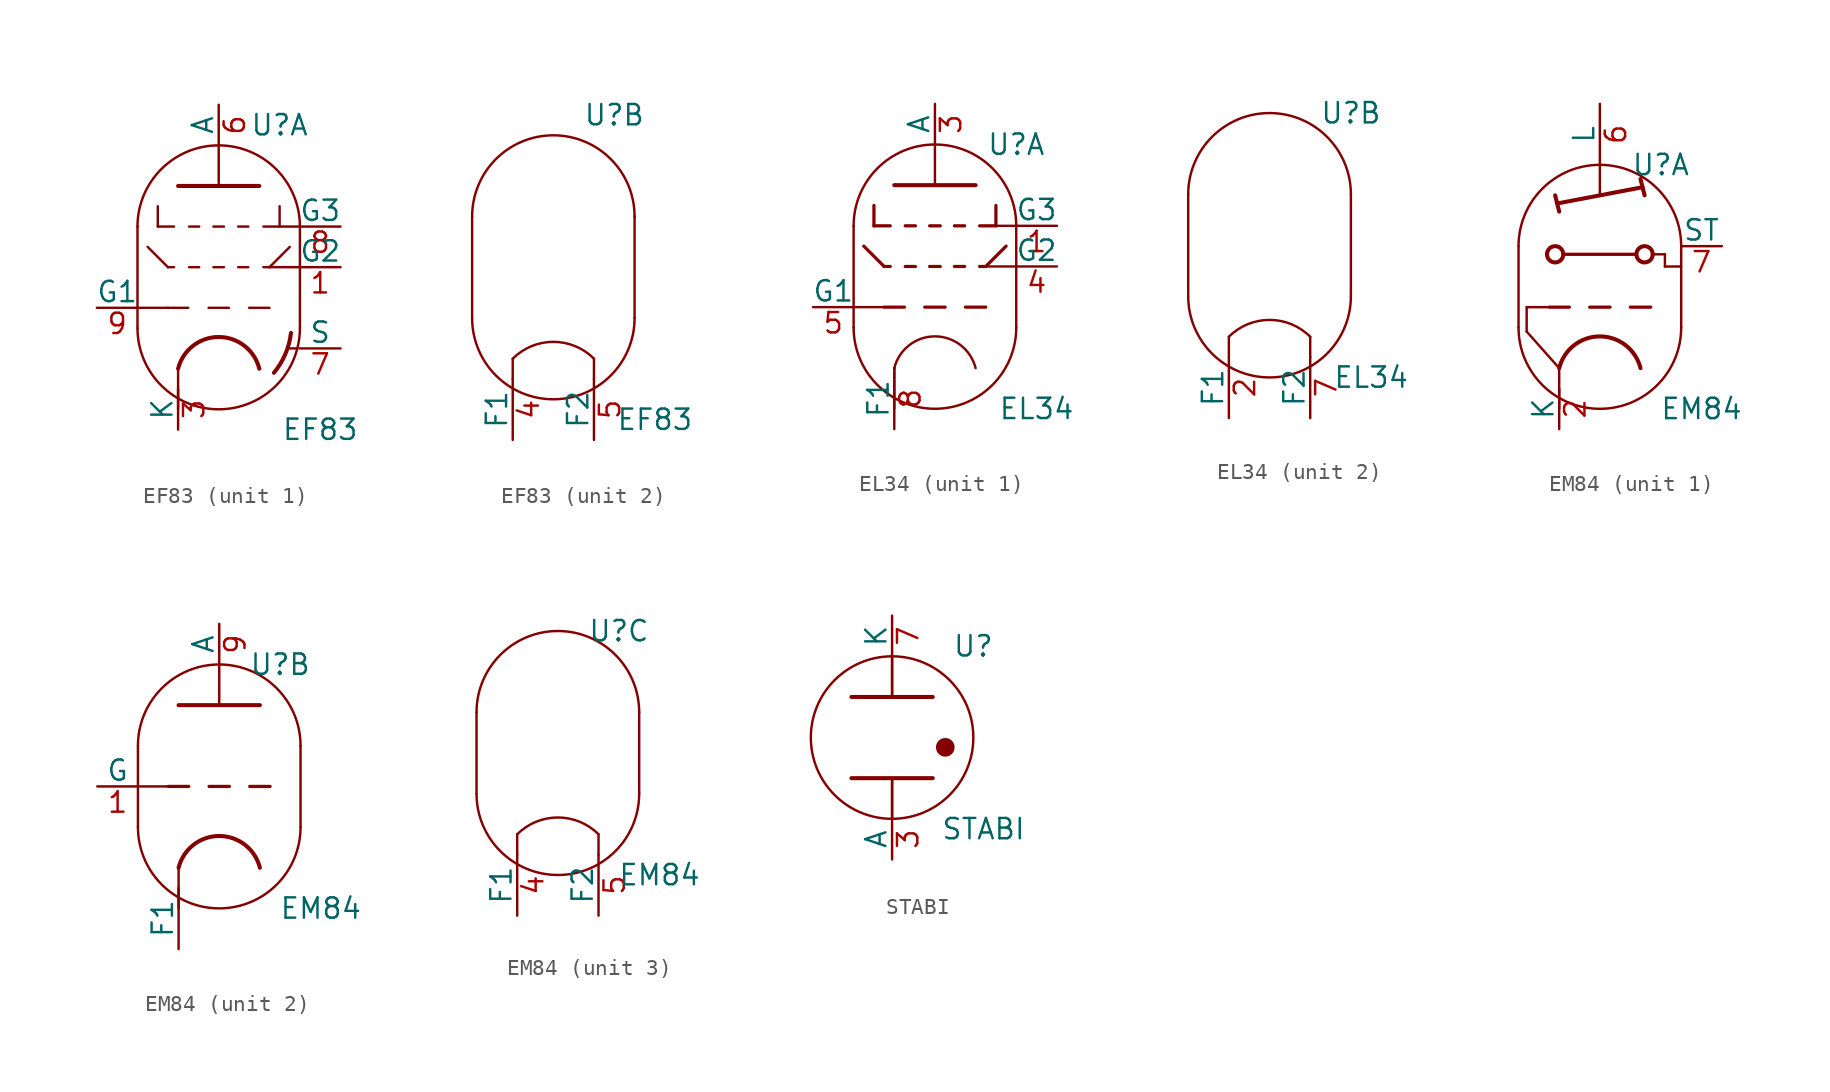
<source format=kicad_sym>
(kicad_symbol_lib
  (version 20211014)
  (generator kicad_symbol_editor)
  (symbol "EF83"
    (pin_names
      (offset 0))
    (property "Reference" "U"
      (at 3.81 10.16 0)
      (effects (font (size 1.27 1.27))))
    (property "Value" "EF83"
      (at 6.35 -8.89 0)
      (effects (font (size 1.27 1.27))))
    (property "ki_locked" ""
      (at 0 0 0)
      (effects (font (size 1.27 1.27))))
    (symbol "EF83_0_1"
      (arc (start -5.08 -2.54) (mid 0 -7.62) (end 5.08 -2.54) (stroke (width 0) (type default) (color 0 0 0 0)) (fill (type none)))
      (polyline (pts (xy -5.08 -2.54) (xy -5.08 3.81) (xy -5.08 3.81)) (stroke (width 0) (type default) (color 0 0 0 0)) (fill (type none)))
      (polyline (pts (xy 5.08 -2.54) (xy 5.08 3.81) (xy 5.08 3.81)) (stroke (width 0) (type default) (color 0 0 0 0)) (fill (type none)))
      (arc (start 5.08 3.81) (mid 0 8.89) (end -5.08 3.81) (stroke (width 0) (type default) (color 0 0 0 0)) (fill (type none))))
    (symbol "EF83_1_0"
      (polyline (pts (xy -2.54 -5.08) (xy -2.54 -7.62)) (stroke (width 0) (type default) (color 0 0 0 0)) (fill (type none)))
      (polyline (pts (xy 4.318 -3.785) (xy 4.343 -3.81)) (stroke (width 0) (type default) (color 0 0 0 0)) (fill (type none)))
      (polyline (pts (xy 4.928 -3.81) (xy 4.343 -3.81)) (stroke (width 0) (type default) (color 0 0 0 0)) (fill (type none))))
    (symbol "EF83_1_1"
      (polyline (pts (xy -5.08 -1.27) (xy -3.175 -1.27)) (stroke (width 0) (type default) (color 0 0 0 0)) (fill (type none)))
      (polyline (pts (xy -4.445 2.54) (xy -3.175 1.27)) (stroke (width 0.152) (type default) (color 0 0 0 0)) (fill (type none)))
      (polyline (pts (xy -3.81 3.81) (xy -2.794 3.81)) (stroke (width 0.152) (type default) (color 0 0 0 0)) (fill (type none)))
      (polyline (pts (xy -3.81 5.08) (xy -3.81 3.81)) (stroke (width 0.152) (type default) (color 0 0 0 0)) (fill (type none)))
      (polyline (pts (xy -3.175 1.27) (xy -2.794 1.27)) (stroke (width 0.152) (type default) (color 0 0 0 0)) (fill (type none)))
      (polyline (pts (xy -1.905 -1.27) (xy -3.175 -1.27)) (stroke (width 0.152) (type default) (color 0 0 0 0)) (fill (type none)))
      (polyline (pts (xy -1.854 1.27) (xy -1.219 1.27)) (stroke (width 0.152) (type default) (color 0 0 0 0)) (fill (type none)))
      (polyline (pts (xy -1.854 3.81) (xy -1.219 3.81)) (stroke (width 0.152) (type default) (color 0 0 0 0)) (fill (type none)))
      (polyline (pts (xy -0.635 -1.27) (xy 0.635 -1.27)) (stroke (width 0.152) (type default) (color 0 0 0 0)) (fill (type none)))
      (polyline (pts (xy -0.33 1.27) (xy 0.33 1.27)) (stroke (width 0.152) (type default) (color 0 0 0 0)) (fill (type none)))
      (polyline (pts (xy -0.33 3.81) (xy 0.33 3.81)) (stroke (width 0.152) (type default) (color 0 0 0 0)) (fill (type none)))
      (polyline (pts (xy 0 6.35) (xy 0 8.89)) (stroke (width 0) (type default) (color 0 0 0 0)) (fill (type none)))
      (polyline (pts (xy 1.219 1.27) (xy 1.854 1.27)) (stroke (width 0.152) (type default) (color 0 0 0 0)) (fill (type none)))
      (polyline (pts (xy 1.219 3.81) (xy 1.854 3.81)) (stroke (width 0.152) (type default) (color 0 0 0 0)) (fill (type none)))
      (polyline (pts (xy 1.905 -1.27) (xy 3.175 -1.27)) (stroke (width 0.152) (type default) (color 0 0 0 0)) (fill (type none)))
      (polyline (pts (xy 2.794 1.27) (xy 3.175 1.27)) (stroke (width 0.152) (type default) (color 0 0 0 0)) (fill (type none)))
      (polyline (pts (xy 3.175 1.27) (xy 5.08 1.27)) (stroke (width 0) (type default) (color 0 0 0 0)) (fill (type none)))
      (polyline (pts (xy 3.81 3.81) (xy 2.794 3.81)) (stroke (width 0.152) (type default) (color 0 0 0 0)) (fill (type none)))
      (polyline (pts (xy 3.81 5.08) (xy 3.81 3.81)) (stroke (width 0.152) (type default) (color 0 0 0 0)) (fill (type none)))
      (polyline (pts (xy 3.886 3.81) (xy 5.08 3.81)) (stroke (width 0) (type default) (color 0 0 0 0)) (fill (type none)))
      (polyline (pts (xy 4.445 2.54) (xy 3.175 1.27)) (stroke (width 0.152) (type default) (color 0 0 0 0)) (fill (type none)))
      (polyline (pts (xy -2.54 6.35) (xy 2.54 6.35) (xy 2.54 6.35)) (stroke (width 0.254) (type default) (color 0 0 0 0)) (fill (type none)))
      (arc (start 2.54 -5.08) (mid 0 -3.0968) (end -2.54 -5.08) (stroke (width 0.254) (type default) (color 0 0 0 0)) (fill (type none)))
      (arc (start 3.4544 -5.334) (mid 4.168 -4.168) (end 4.5212 -2.8448) (stroke (width 0.254) (type default) (color 0 0 0 0)) (fill (type none)))
      (pin input line (at 7.62 1.27 180) (length 2.54) (name "G2" (effects (font (size 1.27 1.27)))) (number "1" (effects (font (size 1.27 1.27)))))
      (pin bidirectional line (at -2.54 -8.89 90) (length 2.54) (name "K" (effects (font (size 1.27 1.27)))) (number "3" (effects (font (size 1.27 1.27)))))
      (pin output line (at 0 11.43 270) (length 2.54) (name "A" (effects (font (size 1.27 1.27)))) (number "6" (effects (font (size 1.27 1.27)))))
      (pin input line (at 7.62 -3.81 180) (length 2.54) (name "S" (effects (font (size 1.27 1.27)))) (number "7" (effects (font (size 1.27 1.27)))))
      (pin input line (at 7.62 3.81 180) (length 2.54) (name "G3" (effects (font (size 1.27 1.27)))) (number "8" (effects (font (size 1.27 1.27)))))
      (pin input line (at -7.62 -1.27 0) (length 2.54) (name "G1" (effects (font (size 1.27 1.27)))) (number "9" (effects (font (size 1.27 1.27))))))
    (symbol "EF83_2_1"
      (polyline (pts (xy -2.54 -5.08) (xy -2.54 -6.35) (xy -2.54 -6.35)) (stroke (width 0) (type default) (color 0 0 0 0)) (fill (type none)))
      (polyline (pts (xy 2.54 -5.08) (xy 2.54 -6.35) (xy 2.54 -6.35)) (stroke (width 0) (type default) (color 0 0 0 0)) (fill (type none)))
      (arc (start 2.54 -5.08) (mid 0 -4.0279) (end -2.54 -5.08) (stroke (width 0) (type default) (color 0 0 0 0)) (fill (type none)))
      (pin power_in line (at -2.54 -10.16 90) (length 3.81) (name "F1" (effects (font (size 1.27 1.27)))) (number "4" (effects (font (size 1.27 1.27)))))
      (pin power_in line (at 2.54 -10.16 90) (length 3.81) (name "F2" (effects (font (size 1.27 1.27)))) (number "5" (effects (font (size 1.27 1.27)))))))
  (symbol "EL34"
    (pin_names
      (offset 0))
    (property "Reference" "U"
      (at 5.08 8.89 0)
      (effects (font (size 1.27 1.27))))
    (property "Value" "EL34"
      (at 6.35 -7.62 0)
      (effects (font (size 1.27 1.27))))
    (property "ki_locked" ""
      (at 0 0 0)
      (effects (font (size 1.27 1.27))))
    (symbol "EL34_0_1"
      (arc (start -5.08 -2.54) (mid 0 -7.62) (end 5.08 -2.54) (stroke (width 0) (type default) (color 0 0 0 0)) (fill (type none)))
      (polyline (pts (xy -5.08 3.81) (xy -5.08 -2.54) (xy -5.08 -2.54)) (stroke (width 0) (type default) (color 0 0 0 0)) (fill (type none)))
      (polyline (pts (xy 5.08 3.81) (xy 5.08 -2.54) (xy 5.08 -2.54)) (stroke (width 0) (type default) (color 0 0 0 0)) (fill (type none)))
      (arc (start 5.08 3.81) (mid 0 8.89) (end -5.08 3.81) (stroke (width 0) (type default) (color 0 0 0 0)) (fill (type none))))
    (symbol "EL34_1_0"
      (polyline (pts (xy -2.54 -5.08) (xy -2.54 -7.62)) (stroke (width 0) (type default) (color 0 0 0 0)) (fill (type none))))
    (symbol "EL34_1_1"
      (polyline (pts (xy -5.08 -1.27) (xy -3.175 -1.27)) (stroke (width 0) (type default) (color 0 0 0 0)) (fill (type none)))
      (polyline (pts (xy -4.445 2.54) (xy -3.175 1.27)) (stroke (width 0.203) (type default) (color 0 0 0 0)) (fill (type none)))
      (polyline (pts (xy -3.81 3.81) (xy -2.794 3.81)) (stroke (width 0.203) (type default) (color 0 0 0 0)) (fill (type none)))
      (polyline (pts (xy -3.81 5.08) (xy -3.81 3.81)) (stroke (width 0.203) (type default) (color 0 0 0 0)) (fill (type none)))
      (polyline (pts (xy -3.175 1.27) (xy -2.794 1.27)) (stroke (width 0.203) (type default) (color 0 0 0 0)) (fill (type none)))
      (polyline (pts (xy -1.905 -1.27) (xy -3.175 -1.27)) (stroke (width 0.203) (type default) (color 0 0 0 0)) (fill (type none)))
      (polyline (pts (xy -1.854 1.27) (xy -1.219 1.27)) (stroke (width 0.203) (type default) (color 0 0 0 0)) (fill (type none)))
      (polyline (pts (xy -1.854 3.81) (xy -1.219 3.81)) (stroke (width 0.203) (type default) (color 0 0 0 0)) (fill (type none)))
      (polyline (pts (xy -0.635 -1.27) (xy 0.635 -1.27)) (stroke (width 0.203) (type default) (color 0 0 0 0)) (fill (type none)))
      (polyline (pts (xy -0.33 1.27) (xy 0.33 1.27)) (stroke (width 0.203) (type default) (color 0 0 0 0)) (fill (type none)))
      (polyline (pts (xy -0.33 3.81) (xy 0.33 3.81)) (stroke (width 0.203) (type default) (color 0 0 0 0)) (fill (type none)))
      (polyline (pts (xy 0 6.35) (xy 0 8.89)) (stroke (width 0) (type default) (color 0 0 0 0)) (fill (type none)))
      (polyline (pts (xy 1.219 1.27) (xy 1.854 1.27)) (stroke (width 0.203) (type default) (color 0 0 0 0)) (fill (type none)))
      (polyline (pts (xy 1.219 3.81) (xy 1.854 3.81)) (stroke (width 0.203) (type default) (color 0 0 0 0)) (fill (type none)))
      (polyline (pts (xy 1.905 -1.27) (xy 3.175 -1.27)) (stroke (width 0.203) (type default) (color 0 0 0 0)) (fill (type none)))
      (polyline (pts (xy 2.794 1.27) (xy 3.175 1.27)) (stroke (width 0.203) (type default) (color 0 0 0 0)) (fill (type none)))
      (polyline (pts (xy 3.175 1.27) (xy 5.08 1.27)) (stroke (width 0) (type default) (color 0 0 0 0)) (fill (type none)))
      (polyline (pts (xy 3.81 3.81) (xy 2.794 3.81)) (stroke (width 0.203) (type default) (color 0 0 0 0)) (fill (type none)))
      (polyline (pts (xy 3.81 5.08) (xy 3.81 3.81)) (stroke (width 0.203) (type default) (color 0 0 0 0)) (fill (type none)))
      (polyline (pts (xy 3.886 3.81) (xy 5.08 3.81)) (stroke (width 0) (type default) (color 0 0 0 0)) (fill (type none)))
      (polyline (pts (xy 4.445 2.54) (xy 3.175 1.27)) (stroke (width 0.203) (type default) (color 0 0 0 0)) (fill (type none)))
      (polyline (pts (xy -2.54 6.35) (xy 2.54 6.35) (xy 2.54 6.35) (xy 2.54 6.35)) (stroke (width 0.254) (type default) (color 0 0 0 0)) (fill (type none)))
      (arc (start 2.54 -5.08) (mid 0 -3.0968) (end -2.54 -5.08) (stroke (width 0) (type default) (color 0 0 0 0)) (fill (type none)))
      (pin input line (at 7.62 3.81 180) (length 2.54) (name "G3" (effects (font (size 1.27 1.27)))) (number "1" (effects (font (size 1.27 1.27)))))
      (pin output line (at 0 11.43 270) (length 2.54) (name "A" (effects (font (size 1.27 1.27)))) (number "3" (effects (font (size 1.27 1.27)))))
      (pin input line (at 7.62 1.27 180) (length 2.54) (name "G2" (effects (font (size 1.27 1.27)))) (number "4" (effects (font (size 1.27 1.27)))))
      (pin input line (at -7.62 -1.27 0) (length 2.54) (name "G1" (effects (font (size 1.27 1.27)))) (number "5" (effects (font (size 1.27 1.27)))))
      (pin power_in line (at -2.54 -8.89 90) (length 3.81) (name "F1" (effects (font (size 1.27 1.27)))) (number "8" (effects (font (size 1.27 1.27))))))
    (symbol "EL34_2_1"
      (polyline (pts (xy -2.54 -6.35) (xy -2.54 -5.08) (xy -2.54 -5.08)) (stroke (width 0) (type default) (color 0 0 0 0)) (fill (type none)))
      (polyline (pts (xy 2.54 -6.35) (xy 2.54 -5.08) (xy 2.54 -5.08)) (stroke (width 0) (type default) (color 0 0 0 0)) (fill (type none)))
      (arc (start 2.54 -5.08) (mid 0 -4.0279) (end -2.54 -5.08) (stroke (width 0) (type default) (color 0 0 0 0)) (fill (type none)))
      (pin power_in line (at -2.54 -10.16 90) (length 3.81) (name "F1" (effects (font (size 1.27 1.27)))) (number "2" (effects (font (size 1.27 1.27)))))
      (pin power_in line (at 2.54 -10.16 90) (length 3.81) (name "F2" (effects (font (size 1.27 1.27)))) (number "7" (effects (font (size 1.27 1.27)))))))
  (symbol "EM84"
    (pin_names
      (offset 0))
    (property "Reference" "U"
      (at 3.81 7.62 0)
      (effects (font (size 1.27 1.27))))
    (property "Value" "EM84"
      (at 6.35 -7.62 0)
      (effects (font (size 1.27 1.27))))
    (property "ki_locked" ""
      (at 0 0 0)
      (effects (font (size 1.27 1.27))))
    (symbol "EM84_0_1"
      (arc (start -5.08 -2.54) (mid 0 -7.62) (end 5.08 -2.54) (stroke (width 0) (type default) (color 0 0 0 0)) (fill (type none)))
      (polyline (pts (xy 5.08 2.54) (xy 5.08 -2.54)) (stroke (width 0) (type default) (color 0 0 0 0)) (fill (type none)))
      (polyline (pts (xy -5.08 2.54) (xy -5.08 -2.54) (xy -5.08 -2.54)) (stroke (width 0) (type default) (color 0 0 0 0)) (fill (type none)))
      (arc (start 5.08 2.54) (mid 0 7.62) (end -5.08 2.54) (stroke (width 0) (type default) (color 0 0 0 0)) (fill (type none))))
    (symbol "EM84_1_0"
      (polyline (pts (xy -2.54 -5.08) (xy -2.54 -7.62)) (stroke (width 0) (type default) (color 0 0 0 0)) (fill (type none))))
    (symbol "EM84_1_1"
      (circle (center -2.794 2.032) (radius 0.508) (stroke (width 0.254) (type default) (color 0 0 0 0)) (fill (type none)))
      (polyline (pts (xy -4.572 -2.794) (xy -2.54 -5.08)) (stroke (width 0) (type default) (color 0 0 0 0)) (fill (type none)))
      (polyline (pts (xy -4.572 -1.27) (xy -4.572 -2.794)) (stroke (width 0) (type default) (color 0 0 0 0)) (fill (type none)))
      (polyline (pts (xy -3.302 -1.27) (xy -4.572 -1.27)) (stroke (width 0) (type default) (color 0 0 0 0)) (fill (type none)))
      (polyline (pts (xy -2.794 5.715) (xy -2.54 4.699)) (stroke (width 0.254) (type default) (color 0 0 0 0)) (fill (type none)))
      (polyline (pts (xy -2.286 2.032) (xy 2.286 2.032)) (stroke (width 0.203) (type default) (color 0 0 0 0)) (fill (type none)))
      (polyline (pts (xy -1.905 -1.27) (xy -3.175 -1.27)) (stroke (width 0.203) (type default) (color 0 0 0 0)) (fill (type none)))
      (polyline (pts (xy -0.635 -1.27) (xy 0.635 -1.27)) (stroke (width 0.203) (type default) (color 0 0 0 0)) (fill (type none)))
      (polyline (pts (xy 1.905 -1.27) (xy 3.175 -1.27)) (stroke (width 0.203) (type default) (color 0 0 0 0)) (fill (type none)))
      (polyline (pts (xy 2.54 6.731) (xy 2.794 5.715)) (stroke (width 0.254) (type default) (color 0 0 0 0)) (fill (type none)))
      (polyline (pts (xy 3.302 2.032) (xy 4.064 2.032)) (stroke (width 0) (type default) (color 0 0 0 0)) (fill (type none)))
      (polyline (pts (xy 4.064 1.27) (xy 5.08 1.27)) (stroke (width 0) (type default) (color 0 0 0 0)) (fill (type none)))
      (polyline (pts (xy 4.064 2.032) (xy 4.064 1.27)) (stroke (width 0) (type default) (color 0 0 0 0)) (fill (type none)))
      (polyline (pts (xy -2.667 5.207) (xy 2.667 6.223) (xy 2.667 6.223)) (stroke (width 0.254) (type default) (color 0 0 0 0)) (fill (type none)))
      (polyline (pts (xy 0 7.62) (xy 0 5.715) (xy 0 5.715)) (stroke (width 0) (type default) (color 0 0 0 0)) (fill (type none)))
      (arc (start 2.54 -5.08) (mid 0 -3.0968) (end -2.54 -5.08) (stroke (width 0.254) (type default) (color 0 0 0 0)) (fill (type none)))
      (circle (center 2.794 2.032) (radius 0.508) (stroke (width 0.254) (type default) (color 0 0 0 0)) (fill (type none)))
      (pin bidirectional line (at -2.54 -8.89 90) (length 2.54) (name "K" (effects (font (size 1.27 1.27)))) (number "2" (effects (font (size 1.27 1.27)))))
      (pin output line (at 0 11.43 270) (length 3.81) (name "L" (effects (font (size 1.27 1.27)))) (number "6" (effects (font (size 1.27 1.27)))))
      (pin input line (at 7.62 2.54 180) (length 2.54) (name "ST" (effects (font (size 1.27 1.27)))) (number "7" (effects (font (size 1.27 1.27))))))
    (symbol "EM84_2_0"
      (polyline (pts (xy -2.54 -5.08) (xy -2.54 -7.62)) (stroke (width 0) (type default) (color 0 0 0 0)) (fill (type none)))
      (polyline (pts (xy -0.635 0) (xy 0.635 0)) (stroke (width 0.203) (type default) (color 0 0 0 0)) (fill (type none)))
      (polyline (pts (xy 1.905 0) (xy 3.175 0)) (stroke (width 0.203) (type default) (color 0 0 0 0)) (fill (type none))))
    (symbol "EM84_2_1"
      (polyline (pts (xy -5.08 0) (xy -3.175 0)) (stroke (width 0) (type default) (color 0 0 0 0)) (fill (type none)))
      (polyline (pts (xy -1.905 0) (xy -3.175 0)) (stroke (width 0.203) (type default) (color 0 0 0 0)) (fill (type none)))
      (polyline (pts (xy 0 5.08) (xy 0 7.62)) (stroke (width 0) (type default) (color 0 0 0 0)) (fill (type none)))
      (polyline (pts (xy 1.778 5.08) (xy 1.778 5.08)) (stroke (width 0) (type default) (color 0 0 0 0)) (fill (type none)))
      (polyline (pts (xy -2.54 5.08) (xy 2.54 5.08) (xy 2.54 5.08)) (stroke (width 0.254) (type default) (color 0 0 0 0)) (fill (type none)))
      (arc (start 2.54 -5.08) (mid 0 -3.0968) (end -2.54 -5.08) (stroke (width 0.254) (type default) (color 0 0 0 0)) (fill (type none)))
      (pin input line (at -7.62 0 0) (length 2.54) (name "G" (effects (font (size 1.27 1.27)))) (number "1" (effects (font (size 1.27 1.27)))))
      (pin output line (at 0 10.16 270) (length 2.54) (name "A" (effects (font (size 1.27 1.27)))) (number "9" (effects (font (size 1.27 1.27)))))
      (pin power_in line (at -2.54 -10.16 90) (length 3.81) (name "F1" (effects (font (size 1.27 1.27)))) (number "~" (effects (font (size 1.27 1.27))))))
    (symbol "EM84_3_1"
      (polyline (pts (xy -2.54 -5.08) (xy -2.54 -6.35) (xy -2.54 -6.35)) (stroke (width 0) (type default) (color 0 0 0 0)) (fill (type none)))
      (polyline (pts (xy 2.54 -5.08) (xy 2.54 -6.35) (xy 2.54 -6.35)) (stroke (width 0) (type default) (color 0 0 0 0)) (fill (type none)))
      (arc (start 2.54 -5.08) (mid 0 -4.0279) (end -2.54 -5.08) (stroke (width 0) (type default) (color 0 0 0 0)) (fill (type none)))
      (pin power_in line (at -2.54 -10.16 90) (length 3.81) (name "F1" (effects (font (size 1.27 1.27)))) (number "4" (effects (font (size 1.27 1.27)))))
      (pin power_in line (at 2.54 -10.16 90) (length 3.81) (name "F2" (effects (font (size 1.27 1.27)))) (number "5" (effects (font (size 1.27 1.27)))))))
  (symbol "STABI"
    (pin_names
      (offset 0))
    (property "Reference" "U"
      (at 5.08 5.715 0)
      (effects (font (size 1.27 1.27))))
    (property "Value" "STABI"
      (at 5.715 -5.715 0)
      (effects (font (size 1.27 1.27))))
    (symbol "STABI_1_0"
      (polyline (pts (xy 0 -2.54) (xy 0 -5.08)) (stroke (width 0) (type default) (color 0 0 0 0)) (fill (type none)))
      (polyline (pts (xy 0 5.08) (xy 0 2.54)) (stroke (width 0) (type default) (color 0 0 0 0)) (fill (type none))))
    (symbol "STABI_1_1"
      (polyline (pts (xy 0 -2.54) (xy 0 -5.08)) (stroke (width 0.152) (type default) (color 0 0 0 0)) (fill (type none)))
      (polyline (pts (xy 0 5.08) (xy 0 2.54)) (stroke (width 0.152) (type default) (color 0 0 0 0)) (fill (type none)))
      (polyline (pts (xy -2.54 -2.54) (xy 2.54 -2.54) (xy 2.54 -2.54)) (stroke (width 0.254) (type default) (color 0 0 0 0)) (fill (type none)))
      (polyline (pts (xy -2.54 2.54) (xy 2.54 2.54) (xy 2.54 2.54) (xy 2.54 2.54)) (stroke (width 0.254) (type default) (color 0 0 0 0)) (fill (type none)))
      (circle (center 0 0) (radius 5.08) (stroke (width 0.152) (type default) (color 0 0 0 0)) (fill (type none)))
      (circle (center 3.327 -0.61) (radius 0.508) (stroke (width 0) (type default) (color 0 0 0 0)) (fill (type outline)))
      (pin passive line (at 0 -7.62 90) (length 2.54) (name "A" (effects (font (size 1.27 1.27)))) (number "3" (effects (font (size 1.27 1.27)))))
      (pin passive line (at 0 7.62 270) (length 2.54) (name "K" (effects (font (size 1.27 1.27)))) (number "7" (effects (font (size 1.27 1.27))))))))
</source>
